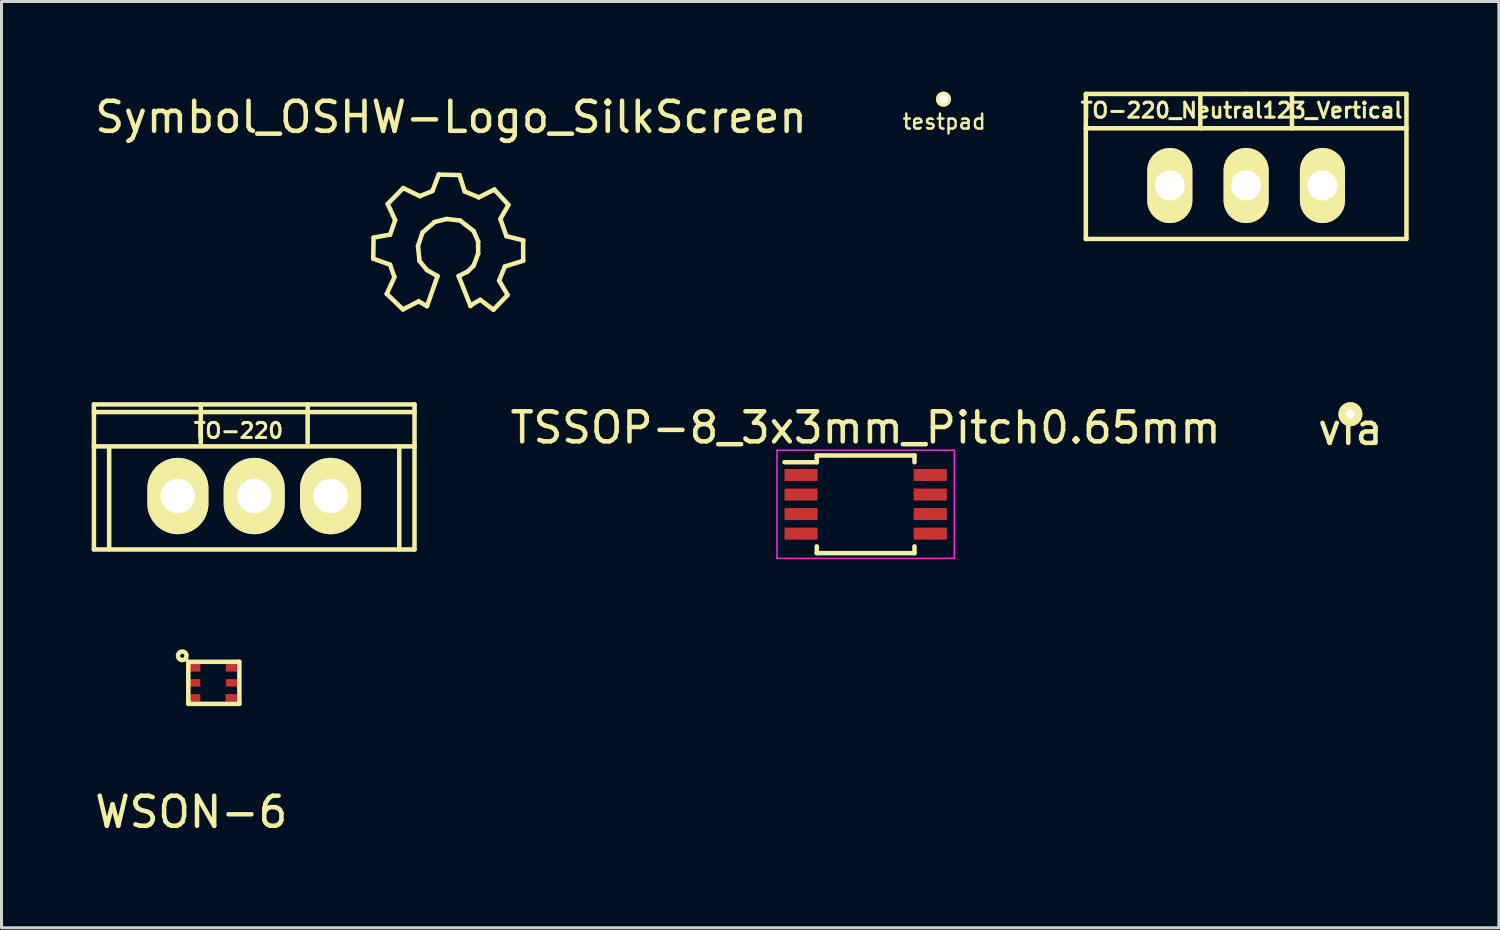
<source format=kicad_pcb>
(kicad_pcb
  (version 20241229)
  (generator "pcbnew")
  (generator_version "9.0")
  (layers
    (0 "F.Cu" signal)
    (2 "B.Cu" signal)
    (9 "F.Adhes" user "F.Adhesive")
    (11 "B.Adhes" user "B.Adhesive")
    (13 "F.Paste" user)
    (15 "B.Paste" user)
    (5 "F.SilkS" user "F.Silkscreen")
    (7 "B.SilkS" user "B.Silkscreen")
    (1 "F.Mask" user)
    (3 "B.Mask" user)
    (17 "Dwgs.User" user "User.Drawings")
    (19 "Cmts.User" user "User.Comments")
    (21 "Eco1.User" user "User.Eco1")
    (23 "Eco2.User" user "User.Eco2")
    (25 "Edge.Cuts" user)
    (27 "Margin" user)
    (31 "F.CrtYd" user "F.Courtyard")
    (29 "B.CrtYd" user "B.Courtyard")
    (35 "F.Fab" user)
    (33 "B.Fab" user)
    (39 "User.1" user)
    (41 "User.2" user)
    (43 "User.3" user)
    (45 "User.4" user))
  (footprint "TO-220_Neutral123_Vertical"
    (layer "F.Cu")
    (at 38.414 3.123)
    (property "Reference" "TO-220_Neutral123_Vertical" (at -0.15 -2.5 0) (layer "F.SilkS") (effects (font (size 0.5 0.5) (thickness 0.1))))
    (attr through_hole)
    (fp_line (start -5.334 -1.905) (end -5.334 -3.048) (stroke (width 0.15) (type solid)) (layer "F.SilkS"))
    (fp_line (start -5.334 1.778) (end -5.334 -1.905) (stroke (width 0.15) (type solid)) (layer "F.SilkS"))
    (fp_line (start -1.524 -3.048) (end -1.524 -1.905) (stroke (width 0.15) (type solid)) (layer "F.SilkS"))
    (fp_line (start 0 -3.048) (end -5.334 -3.048) (stroke (width 0.15) (type solid)) (layer "F.SilkS"))
    (fp_line (start 0 -3.048) (end 5.334 -3.048) (stroke (width 0.15) (type solid)) (layer "F.SilkS"))
    (fp_line (start 1.524 -3.048) (end 1.524 -1.905) (stroke (width 0.15) (type solid)) (layer "F.SilkS"))
    (fp_line (start 5.334 -3.048) (end 5.334 -1.905) (stroke (width 0.15) (type solid)) (layer "F.SilkS"))
    (fp_line (start 5.334 -1.905) (end -5.334 -1.905) (stroke (width 0.15) (type solid)) (layer "F.SilkS"))
    (fp_line (start 5.334 -1.905) (end 5.334 1.778) (stroke (width 0.15) (type solid)) (layer "F.SilkS"))
    (fp_line (start 5.334 1.778) (end -5.334 1.778) (stroke (width 0.15) (type solid)) (layer "F.SilkS"))
    (pad "1" thru_hole oval (at -2.54 0 90) (size 2.499 1.501) (drill 1.001) (layers "*.Cu" "*.Mask" "F.SilkS"))
    (pad "2" thru_hole oval (at 0 0 90) (size 2.499 1.501) (drill 1.001) (layers "*.Cu" "*.Mask" "F.SilkS"))
    (pad "3" thru_hole oval (at 2.54 0 90) (size 2.499 1.501) (drill 1.001) (layers "*.Cu" "*.Mask" "F.SilkS")))
  (footprint "testpad"
    (layer "F.Cu")
    (at 28.343 0.25)
    (property "Reference" "testpad" (at 0.025 0.75 0) (layer "F.SilkS") (effects (font (size 0.5 0.5) (thickness 0.08))))
    (attr through_hole)
    (pad "1" thru_hole circle (at 0 0) (size 0.5 0.5) (drill 0.3) (layers "*.Cu" "*.Mask" "F.SilkS")))
  (footprint "Symbol_OSHW-Logo_SilkScreen"
    (layer "F.Cu")
    (at 11.859 5.237)
    (property "Reference" "Symbol_OSHW-Logo_SilkScreen" (at 0.099 -4.389 0) (layer "F.SilkS") (effects (font (size 1 1) (thickness 0.15))))
    (attr through_hole)
    (fp_line (start -2.489 0.32) (end -1.93 0.521) (stroke (width 0.15) (type solid)) (layer "F.SilkS"))
    (fp_line (start -2.479 -0.381) (end -2.489 0.32) (stroke (width 0.15) (type solid)) (layer "F.SilkS"))
    (fp_line (start -2.04 1.491) (end -1.501 2.009) (stroke (width 0.15) (type solid)) (layer "F.SilkS"))
    (fp_line (start -2.009 -1.501) (end -1.76 -0.96) (stroke (width 0.15) (type solid)) (layer "F.SilkS"))
    (fp_line (start -1.93 -0.48) (end -2.479 -0.381) (stroke (width 0.15) (type solid)) (layer "F.SilkS"))
    (fp_line (start -1.93 0.521) (end -1.791 0.919) (stroke (width 0.15) (type solid)) (layer "F.SilkS"))
    (fp_line (start -1.781 0.93) (end -2.04 1.491) (stroke (width 0.15) (type solid)) (layer "F.SilkS"))
    (fp_line (start -1.76 -0.96) (end -1.93 -0.48) (stroke (width 0.15) (type solid)) (layer "F.SilkS"))
    (fp_line (start -1.501 2.009) (end -0.98 1.74) (stroke (width 0.15) (type solid)) (layer "F.SilkS"))
    (fp_line (start -1.491 -2.029) (end -2.009 -1.501) (stroke (width 0.15) (type solid)) (layer "F.SilkS"))
    (fp_line (start -1.001 -0.099) (end -0.95 0.399) (stroke (width 0.15) (type solid)) (layer "F.SilkS"))
    (fp_line (start -0.98 1.74) (end -0.701 1.9) (stroke (width 0.15) (type solid)) (layer "F.SilkS"))
    (fp_line (start -0.95 0.399) (end -0.701 0.701) (stroke (width 0.15) (type solid)) (layer "F.SilkS"))
    (fp_line (start -0.94 -1.76) (end -1.491 -2.029) (stroke (width 0.15) (type solid)) (layer "F.SilkS"))
    (fp_line (start -0.851 -0.551) (end -1.001 -0.099) (stroke (width 0.15) (type solid)) (layer "F.SilkS"))
    (fp_line (start -0.701 0.701) (end -0.351 0.899) (stroke (width 0.15) (type solid)) (layer "F.SilkS"))
    (fp_line (start -0.521 -1.93) (end -0.94 -1.76) (stroke (width 0.15) (type solid)) (layer "F.SilkS"))
    (fp_line (start -0.45 -0.899) (end -0.851 -0.551) (stroke (width 0.15) (type solid)) (layer "F.SilkS"))
    (fp_line (start -0.351 0.899) (end -0.701 1.9) (stroke (width 0.15) (type solid)) (layer "F.SilkS"))
    (fp_line (start -0.31 -2.479) (end -0.521 -1.93) (stroke (width 0.15) (type solid)) (layer "F.SilkS"))
    (fp_line (start -0.051 -1.001) (end -0.45 -0.899) (stroke (width 0.15) (type solid)) (layer "F.SilkS"))
    (fp_line (start 0.351 0.899) (end 0.65 0.749) (stroke (width 0.15) (type solid)) (layer "F.SilkS"))
    (fp_line (start 0.351 0.899) (end 0.749 1.9) (stroke (width 0.15) (type solid)) (layer "F.SilkS"))
    (fp_line (start 0.381 -2.461) (end -0.31 -2.479) (stroke (width 0.15) (type solid)) (layer "F.SilkS"))
    (fp_line (start 0.399 -0.95) (end -0.051 -1.001) (stroke (width 0.15) (type solid)) (layer "F.SilkS"))
    (fp_line (start 0.551 -1.92) (end 0.381 -2.461) (stroke (width 0.15) (type solid)) (layer "F.SilkS"))
    (fp_line (start 0.65 0.749) (end 0.851 0.551) (stroke (width 0.15) (type solid)) (layer "F.SilkS"))
    (fp_line (start 0.739 1.88) (end 1.069 1.689) (stroke (width 0.15) (type solid)) (layer "F.SilkS"))
    (fp_line (start 0.851 -0.599) (end 0.399 -0.95) (stroke (width 0.15) (type solid)) (layer "F.SilkS"))
    (fp_line (start 0.851 0.551) (end 1.001 0.15) (stroke (width 0.15) (type solid)) (layer "F.SilkS"))
    (fp_line (start 1.001 -0.249) (end 0.851 -0.599) (stroke (width 0.15) (type solid)) (layer "F.SilkS"))
    (fp_line (start 1.001 0.15) (end 1.001 -0.249) (stroke (width 0.15) (type solid)) (layer "F.SilkS"))
    (fp_line (start 1.021 -1.72) (end 0.551 -1.92) (stroke (width 0.15) (type solid)) (layer "F.SilkS"))
    (fp_line (start 1.069 1.689) (end 1.509 2.019) (stroke (width 0.15) (type solid)) (layer "F.SilkS"))
    (fp_line (start 1.509 2.019) (end 1.981 1.529) (stroke (width 0.15) (type solid)) (layer "F.SilkS"))
    (fp_line (start 1.539 -1.981) (end 1.021 -1.72) (stroke (width 0.15) (type solid)) (layer "F.SilkS"))
    (fp_line (start 1.699 1.049) (end 1.89 0.579) (stroke (width 0.15) (type solid)) (layer "F.SilkS"))
    (fp_line (start 1.74 -1.001) (end 2.009 -1.471) (stroke (width 0.15) (type solid)) (layer "F.SilkS"))
    (fp_line (start 1.89 0.579) (end 2.499 0.391) (stroke (width 0.15) (type solid)) (layer "F.SilkS"))
    (fp_line (start 1.941 -0.429) (end 1.74 -1.001) (stroke (width 0.15) (type solid)) (layer "F.SilkS"))
    (fp_line (start 1.981 1.529) (end 1.699 1.049) (stroke (width 0.15) (type solid)) (layer "F.SilkS"))
    (fp_line (start 2.009 -1.471) (end 1.539 -1.981) (stroke (width 0.15) (type solid)) (layer "F.SilkS"))
    (fp_line (start 2.499 -0.29) (end 1.941 -0.429) (stroke (width 0.15) (type solid)) (layer "F.SilkS"))
    (fp_line (start 2.499 0.391) (end 2.499 -0.29) (stroke (width 0.15) (type solid)) (layer "F.SilkS")))
  (footprint "TSSOP-8_3x3mm_Pitch0.65mm"
    (layer "F.Cu")
    (at 25.753 13.73)
    (property "Reference" "TSSOP-8_3x3mm_Pitch0.65mm" (at 0 -2.55 0) (layer "F.SilkS") (effects (font (size 1 1) (thickness 0.15))))
    (attr smd)
    (fp_line (start -1.625 -1.625) (end -1.625 -1.4) (stroke (width 0.15) (type solid)) (layer "F.SilkS"))
    (fp_line (start -1.625 -1.625) (end 1.625 -1.625) (stroke (width 0.15) (type solid)) (layer "F.SilkS"))
    (fp_line (start -1.625 -1.4) (end -2.7 -1.4) (stroke (width 0.15) (type solid)) (layer "F.SilkS"))
    (fp_line (start -1.625 1.625) (end -1.625 1.4) (stroke (width 0.15) (type solid)) (layer "F.SilkS"))
    (fp_line (start -1.625 1.625) (end 1.625 1.625) (stroke (width 0.15) (type solid)) (layer "F.SilkS"))
    (fp_line (start 1.625 -1.625) (end 1.625 -1.4) (stroke (width 0.15) (type solid)) (layer "F.SilkS"))
    (fp_line (start 1.625 1.625) (end 1.625 1.4) (stroke (width 0.15) (type solid)) (layer "F.SilkS"))
    (fp_line (start -2.95 -1.8) (end -2.95 1.8) (stroke (width 0.05) (type solid)) (layer "F.CrtYd"))
    (fp_line (start -2.95 -1.8) (end 2.95 -1.8) (stroke (width 0.05) (type solid)) (layer "F.CrtYd"))
    (fp_line (start -2.95 1.8) (end 2.95 1.8) (stroke (width 0.05) (type solid)) (layer "F.CrtYd"))
    (fp_line (start 2.95 -1.8) (end 2.95 1.8) (stroke (width 0.05) (type solid)) (layer "F.CrtYd"))
    (pad "1" smd rect (at -2.15 -0.975) (size 1.1 0.4) (layers "F.Cu" "F.Mask" "F.Paste"))
    (pad "2" smd rect (at -2.15 -0.325) (size 1.1 0.4) (layers "F.Cu" "F.Mask" "F.Paste"))
    (pad "3" smd rect (at -2.15 0.325) (size 1.1 0.4) (layers "F.Cu" "F.Mask" "F.Paste"))
    (pad "4" smd rect (at -2.15 0.975) (size 1.1 0.4) (layers "F.Cu" "F.Mask" "F.Paste"))
    (pad "5" smd rect (at 2.15 0.975) (size 1.1 0.4) (layers "F.Cu" "F.Mask" "F.Paste"))
    (pad "6" smd rect (at 2.15 0.325) (size 1.1 0.4) (layers "F.Cu" "F.Mask" "F.Paste"))
    (pad "7" smd rect (at 2.15 -0.325) (size 1.1 0.4) (layers "F.Cu" "F.Mask" "F.Paste"))
    (pad "8" smd rect (at 2.15 -0.975) (size 1.1 0.4) (layers "F.Cu" "F.Mask" "F.Paste")))
  (footprint "WSON-6"
    (layer "F.Cu")
    (at 3.415 19.171)
    (property "Reference" "WSON-6" (at -0.1 4.8 0) (layer "F.SilkS") (effects (font (size 1 1) (thickness 0.15))))
    (attr through_hole)
    (fp_line (start -0.2 -0.2) (end -0.2 1.1) (stroke (width 0.15) (type solid)) (layer "F.SilkS"))
    (fp_line (start -0.2 1.1) (end -0.2 1.2) (stroke (width 0.15) (type solid)) (layer "F.SilkS"))
    (fp_line (start -0.2 1.2) (end 1.5 1.2) (stroke (width 0.15) (type solid)) (layer "F.SilkS"))
    (fp_line (start 1.5 -0.2) (end -0.2 -0.2) (stroke (width 0.15) (type solid)) (layer "F.SilkS"))
    (fp_line (start 1.5 1.2) (end 1.5 -0.2) (stroke (width 0.15) (type solid)) (layer "F.SilkS"))
    (fp_circle (center -0.4 -0.4) (end -0.3 -0.3) (stroke (width 0.15) (type solid)) (fill no) (layer "F.SilkS"))
    (pad "1" smd rect (at 0 0) (size 0.4 0.25) (layers "F.Cu" "F.Mask" "F.Paste"))
    (pad "2" smd rect (at 0 0.5) (size 0.4 0.25) (layers "F.Cu" "F.Mask" "F.Paste"))
    (pad "3" smd rect (at 0 1) (size 0.4 0.25) (layers "F.Cu" "F.Mask" "F.Paste"))
    (pad "4" smd rect (at 1.24 1) (size 0.4 0.25) (layers "F.Cu" "F.Mask" "F.Paste"))
    (pad "5" smd rect (at 1.25 0.5) (size 0.4 0.25) (layers "F.Cu" "F.Mask" "F.Paste"))
    (pad "6" smd rect (at 1.25 0) (size 0.4 0.25) (layers "F.Cu" "F.Mask" "F.Paste")))
  (footprint "TO-220"
    (layer "F.Cu")
    (at 5.409 13.455)
    (property "Reference" "TO-220" (at -0.525 -2.175 0) (layer "F.SilkS") (effects (font (size 0.5 0.5) (thickness 0.1))))
    (attr through_hole)
    (fp_line (start -5.334 -3.048) (end -5.334 1.778) (stroke (width 0.15) (type solid)) (layer "F.SilkS"))
    (fp_line (start -5.334 -1.651) (end 5.334 -1.651) (stroke (width 0.15) (type solid)) (layer "F.SilkS"))
    (fp_line (start -4.826 -1.651) (end -4.826 1.778) (stroke (width 0.15) (type solid)) (layer "F.SilkS"))
    (fp_line (start -1.778 -1.778) (end -1.778 -3.048) (stroke (width 0.15) (type solid)) (layer "F.SilkS"))
    (fp_line (start 1.778 -1.778) (end 1.778 -3.048) (stroke (width 0.15) (type solid)) (layer "F.SilkS"))
    (fp_line (start 4.826 -1.651) (end 4.826 1.778) (stroke (width 0.15) (type solid)) (layer "F.SilkS"))
    (fp_line (start 5.334 -3.048) (end -5.334 -3.048) (stroke (width 0.15) (type solid)) (layer "F.SilkS"))
    (fp_line (start 5.334 -3.048) (end 5.334 1.778) (stroke (width 0.15) (type solid)) (layer "F.SilkS"))
    (fp_line (start 5.334 -2.794) (end -5.334 -2.794) (stroke (width 0.15) (type solid)) (layer "F.SilkS"))
    (fp_line (start 5.334 1.778) (end -5.334 1.778) (stroke (width 0.15) (type solid)) (layer "F.SilkS"))
    (pad "1" thru_hole oval (at -2.54 0) (size 2.032 2.54) (drill 1.143) (layers "*.Cu" "*.Mask" "F.SilkS"))
    (pad "2" thru_hole oval (at 0 0) (size 2.032 2.54) (drill 1.143) (layers "*.Cu" "*.Mask" "F.SilkS"))
    (pad "3" thru_hole oval (at 2.54 0) (size 2.032 2.54) (drill 1.143) (layers "*.Cu" "*.Mask" "F.SilkS")))
  (footprint "via"
    (layer "F.Cu")
    (at 41.883 10.732)
    (property "Reference" "via" (at 0 0.5 0) (layer "F.SilkS") (effects (font (size 1 1) (thickness 0.15))))
    (attr through_hole)
    (pad "1" thru_hole circle (at 0 0) (size 0.8 0.8) (drill 0.3) (layers "*.Cu" "*.Mask" "F.SilkS")))
  (gr_rect
    (start -3 -3)
    (end 46.823 27.82)
    (stroke (width 0.1) (type default))
    (fill no)
    (layer "Edge.Cuts")))
</source>
